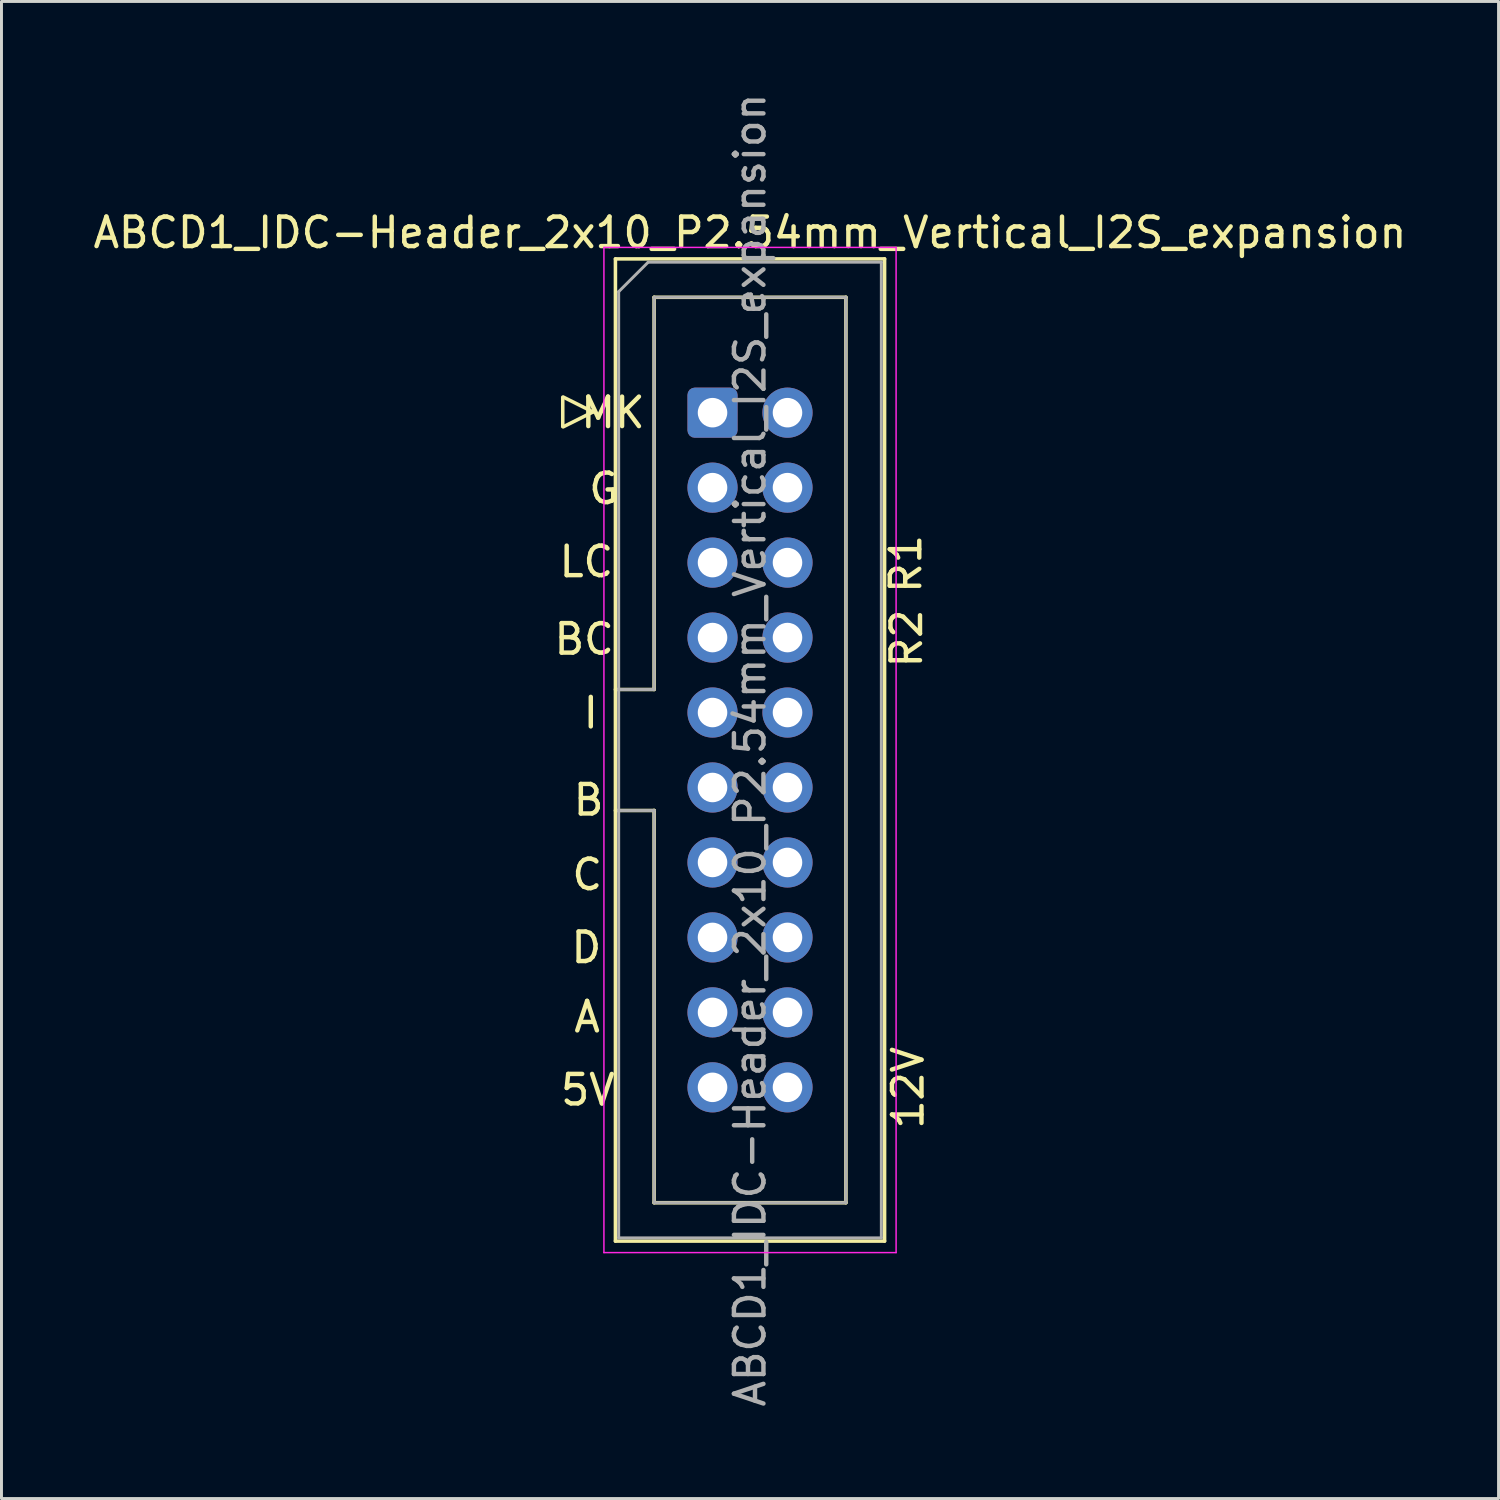
<source format=kicad_pcb>
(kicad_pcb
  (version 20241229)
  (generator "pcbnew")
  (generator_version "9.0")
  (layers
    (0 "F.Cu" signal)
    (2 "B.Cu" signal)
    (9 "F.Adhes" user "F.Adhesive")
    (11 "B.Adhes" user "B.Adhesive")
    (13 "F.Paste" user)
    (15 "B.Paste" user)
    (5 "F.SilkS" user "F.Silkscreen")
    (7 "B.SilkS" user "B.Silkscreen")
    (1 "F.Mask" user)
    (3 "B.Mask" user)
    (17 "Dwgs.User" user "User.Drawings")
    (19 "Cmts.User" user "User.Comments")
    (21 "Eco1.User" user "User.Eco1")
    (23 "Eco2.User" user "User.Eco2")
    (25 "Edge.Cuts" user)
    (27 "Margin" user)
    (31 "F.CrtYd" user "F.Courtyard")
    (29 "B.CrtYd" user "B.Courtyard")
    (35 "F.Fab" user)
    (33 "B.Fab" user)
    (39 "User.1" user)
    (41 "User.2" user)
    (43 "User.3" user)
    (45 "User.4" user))
  (footprint "ABCD1_IDC-Header_2x10_P2.54mm_Vertical_I2S_expansion"
    (layer "F.Cu")
    (at 21.093 10.933)
    (property "Reference" "ABCD1_IDC-Header_2x10_P2.54mm_Vertical_I2S_expansion" (at 1.27 -6.1 0) (layer "F.SilkS") (effects (font (size 1 1) (thickness 0.15))))
    (attr through_hole exclude_from_bom)
    (fp_line (start -5.075 -0.525) (end -5.075 0.475) (stroke (width 0.12) (type solid)) (layer "F.SilkS"))
    (fp_line (start -5.05 0.475) (end -4.05 -0.025) (stroke (width 0.12) (type solid)) (layer "F.SilkS"))
    (fp_line (start -4.05 -0.025) (end -5.05 -0.525) (stroke (width 0.12) (type solid)) (layer "F.SilkS"))
    (fp_line (start -3.29 -5.21) (end 5.83 -5.21) (stroke (width 0.12) (type solid)) (layer "F.SilkS"))
    (fp_line (start -3.29 9.38) (end -1.98 9.38) (stroke (width 0.12) (type solid)) (layer "F.SilkS"))
    (fp_line (start -3.29 28.07) (end -3.29 -5.21) (stroke (width 0.12) (type solid)) (layer "F.SilkS"))
    (fp_line (start -1.98 -3.91) (end 4.52 -3.91) (stroke (width 0.12) (type solid)) (layer "F.SilkS"))
    (fp_line (start -1.98 9.38) (end -1.98 -3.91) (stroke (width 0.12) (type solid)) (layer "F.SilkS"))
    (fp_line (start -1.98 13.48) (end -3.29 13.48) (stroke (width 0.12) (type solid)) (layer "F.SilkS"))
    (fp_line (start -1.98 13.48) (end -1.98 13.48) (stroke (width 0.12) (type solid)) (layer "F.SilkS"))
    (fp_line (start -1.98 26.77) (end -1.98 13.48) (stroke (width 0.12) (type solid)) (layer "F.SilkS"))
    (fp_line (start 4.52 -3.91) (end 4.52 26.77) (stroke (width 0.12) (type solid)) (layer "F.SilkS"))
    (fp_line (start 4.52 26.77) (end -1.98 26.77) (stroke (width 0.12) (type solid)) (layer "F.SilkS"))
    (fp_line (start 5.83 -5.21) (end 5.83 28.07) (stroke (width 0.12) (type solid)) (layer "F.SilkS"))
    (fp_line (start 5.83 28.07) (end -3.29 28.07) (stroke (width 0.12) (type solid)) (layer "F.SilkS"))
    (fp_line (start -3.68 -5.6) (end -3.68 28.46) (stroke (width 0.05) (type solid)) (layer "F.CrtYd"))
    (fp_line (start -3.68 28.46) (end 6.22 28.46) (stroke (width 0.05) (type solid)) (layer "F.CrtYd"))
    (fp_line (start 6.22 -5.6) (end -3.68 -5.6) (stroke (width 0.05) (type solid)) (layer "F.CrtYd"))
    (fp_line (start 6.22 28.46) (end 6.22 -5.6) (stroke (width 0.05) (type solid)) (layer "F.CrtYd"))
    (fp_line (start -3.18 -4.1) (end -2.18 -5.1) (stroke (width 0.1) (type solid)) (layer "F.Fab"))
    (fp_line (start -3.18 9.38) (end -1.98 9.38) (stroke (width 0.1) (type solid)) (layer "F.Fab"))
    (fp_line (start -3.18 27.96) (end -3.18 -4.1) (stroke (width 0.1) (type solid)) (layer "F.Fab"))
    (fp_line (start -2.18 -5.1) (end 5.72 -5.1) (stroke (width 0.1) (type solid)) (layer "F.Fab"))
    (fp_line (start -1.98 -3.91) (end 4.52 -3.91) (stroke (width 0.1) (type solid)) (layer "F.Fab"))
    (fp_line (start -1.98 9.38) (end -1.98 -3.91) (stroke (width 0.1) (type solid)) (layer "F.Fab"))
    (fp_line (start -1.98 13.48) (end -3.18 13.48) (stroke (width 0.1) (type solid)) (layer "F.Fab"))
    (fp_line (start -1.98 13.48) (end -1.98 13.48) (stroke (width 0.1) (type solid)) (layer "F.Fab"))
    (fp_line (start -1.98 26.77) (end -1.98 13.48) (stroke (width 0.1) (type solid)) (layer "F.Fab"))
    (fp_line (start 4.52 -3.91) (end 4.52 26.77) (stroke (width 0.1) (type solid)) (layer "F.Fab"))
    (fp_line (start 4.52 26.77) (end -1.98 26.77) (stroke (width 0.1) (type solid)) (layer "F.Fab"))
    (fp_line (start 5.72 -5.1) (end 5.72 27.96) (stroke (width 0.1) (type solid)) (layer "F.Fab"))
    (fp_line (start 5.72 27.96) (end -3.18 27.96) (stroke (width 0.1) (type solid)) (layer "F.Fab"))
    (fp_text user "MK" (at -3.375 0 0) (unlocked yes) (layer "F.SilkS") (effects (font (size 1 1) (thickness 0.15))))
    (fp_text user "A" (at -4.25 20.475 0) (unlocked yes) (layer "F.SilkS") (effects (font (size 1 1) (thickness 0.15))))
    (fp_text user "B" (at -4.2 13.125 0) (unlocked yes) (layer "F.SilkS") (effects (font (size 1 1) (thickness 0.15))))
    (fp_text user "G" (at -3.675 2.575 0) (unlocked yes) (layer "F.SilkS") (effects (font (size 1 1) (thickness 0.15))))
    (fp_text user "5V" (at -4.225 22.95 0) (unlocked yes) (layer "F.SilkS") (effects (font (size 1 1) (thickness 0.15))))
    (fp_text user "12V" (at 6.625 22.875 90) (unlocked yes) (layer "F.SilkS") (effects (font (size 1 1) (thickness 0.15))))
    (fp_text user "BC" (at -4.35 7.675 0) (unlocked yes) (layer "F.SilkS") (effects (font (size 1 1) (thickness 0.15))))
    (fp_text user "I" (at -4.125 10.175 0) (unlocked yes) (layer "F.SilkS") (effects (font (size 1 1) (thickness 0.15))))
    (fp_text user "C" (at -4.245 15.655 0) (unlocked yes) (layer "F.SilkS") (effects (font (size 1 1) (thickness 0.15))))
    (fp_text user "D" (at -4.275 18.125 0) (unlocked yes) (layer "F.SilkS") (effects (font (size 1 1) (thickness 0.15))))
    (fp_text user "R1" (at 6.55 5.125 90) (unlocked yes) (layer "F.SilkS") (effects (font (size 1 1) (thickness 0.15))))
    (fp_text user "LC" (at -4.275 5.05 0) (unlocked yes) (layer "F.SilkS") (effects (font (size 1 1) (thickness 0.15))))
    (fp_text user "R2" (at 6.575 7.65 90) (unlocked yes) (layer "F.SilkS") (effects (font (size 1 1) (thickness 0.15))))
    (fp_text user "${REFERENCE}" (at 1.27 11.43 90) (layer "F.Fab") (effects (font (size 1 1) (thickness 0.15))))
    (pad "1" thru_hole roundrect (at 0 0) (size 1.7 1.7) (drill 1) (layers "*.Cu" "*.Mask") (roundrect_rratio 0.147))
    (pad "2" thru_hole circle (at 2.54 0) (size 1.7 1.7) (drill 1) (layers "*.Cu" "*.Mask"))
    (pad "3" thru_hole circle (at 0 2.54) (size 1.7 1.7) (drill 1) (layers "*.Cu" "*.Mask"))
    (pad "4" thru_hole circle (at 2.54 2.54) (size 1.7 1.7) (drill 1) (layers "*.Cu" "*.Mask"))
    (pad "5" thru_hole circle (at 0 5.08) (size 1.7 1.7) (drill 1) (layers "*.Cu" "*.Mask"))
    (pad "6" thru_hole circle (at 2.54 5.08) (size 1.7 1.7) (drill 1) (layers "*.Cu" "*.Mask"))
    (pad "7" thru_hole circle (at 0 7.62) (size 1.7 1.7) (drill 1) (layers "*.Cu" "*.Mask"))
    (pad "8" thru_hole circle (at 2.54 7.62) (size 1.7 1.7) (drill 1) (layers "*.Cu" "*.Mask"))
    (pad "9" thru_hole circle (at 0 10.16) (size 1.7 1.7) (drill 1) (layers "*.Cu" "*.Mask"))
    (pad "10" thru_hole circle (at 2.54 10.16) (size 1.7 1.7) (drill 1) (layers "*.Cu" "*.Mask"))
    (pad "11" thru_hole circle (at 0 12.7) (size 1.7 1.7) (drill 1) (layers "*.Cu" "*.Mask"))
    (pad "12" thru_hole circle (at 2.54 12.7) (size 1.7 1.7) (drill 1) (layers "*.Cu" "*.Mask"))
    (pad "13" thru_hole circle (at 0 15.24) (size 1.7 1.7) (drill 1) (layers "*.Cu" "*.Mask"))
    (pad "14" thru_hole circle (at 2.54 15.24) (size 1.7 1.7) (drill 1) (layers "*.Cu" "*.Mask"))
    (pad "15" thru_hole circle (at 0 17.78) (size 1.7 1.7) (drill 1) (layers "*.Cu" "*.Mask"))
    (pad "16" thru_hole circle (at 2.54 17.78) (size 1.7 1.7) (drill 1) (layers "*.Cu" "*.Mask"))
    (pad "17" thru_hole circle (at 0 20.32) (size 1.7 1.7) (drill 1) (layers "*.Cu" "*.Mask"))
    (pad "18" thru_hole circle (at 2.54 20.32) (size 1.7 1.7) (drill 1) (layers "*.Cu" "*.Mask"))
    (pad "19" thru_hole circle (at 0 22.86) (size 1.7 1.7) (drill 1) (layers "*.Cu" "*.Mask"))
    (pad "20" thru_hole circle (at 2.54 22.86) (size 1.7 1.7) (drill 1) (layers "*.Cu" "*.Mask")))
  (gr_rect
    (start -3 -3)
    (end 47.726 47.726)
    (stroke (width 0.1) (type default))
    (fill no)
    (layer "Edge.Cuts")))
</source>
